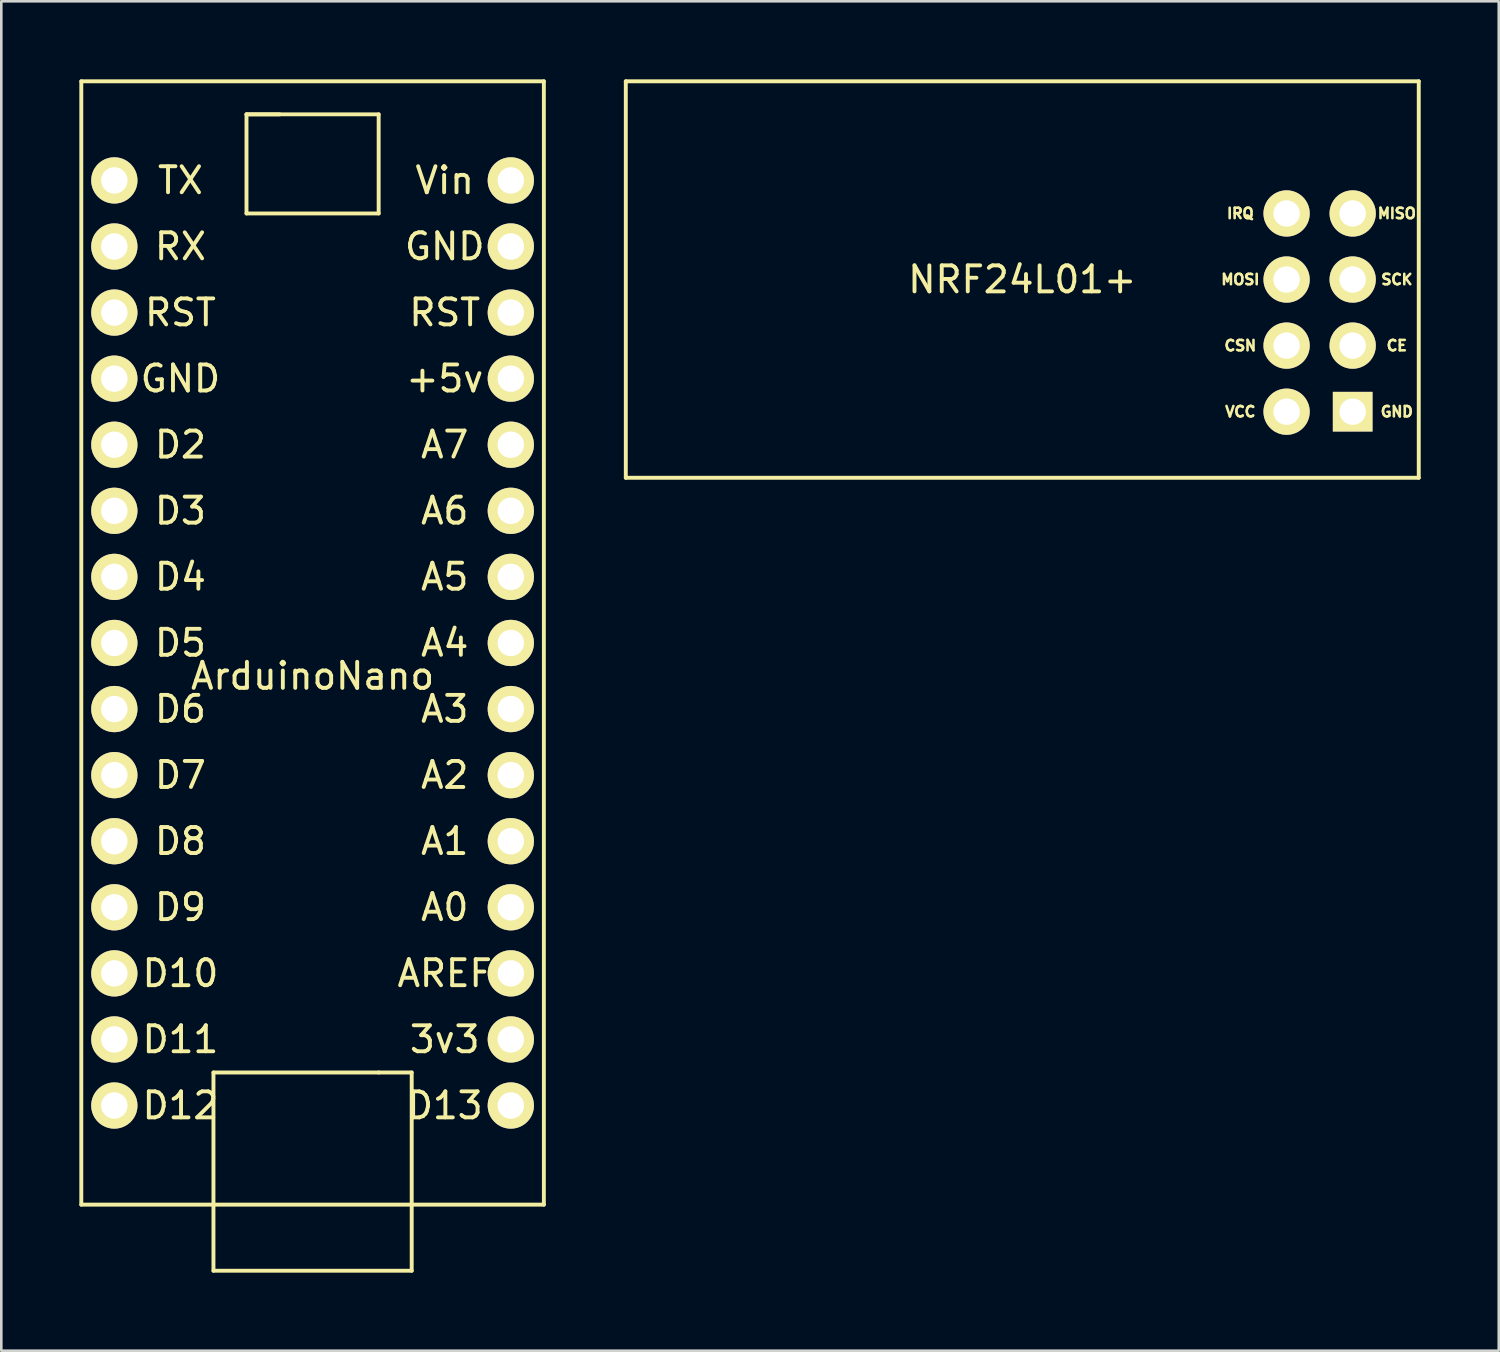
<source format=kicad_pcb>
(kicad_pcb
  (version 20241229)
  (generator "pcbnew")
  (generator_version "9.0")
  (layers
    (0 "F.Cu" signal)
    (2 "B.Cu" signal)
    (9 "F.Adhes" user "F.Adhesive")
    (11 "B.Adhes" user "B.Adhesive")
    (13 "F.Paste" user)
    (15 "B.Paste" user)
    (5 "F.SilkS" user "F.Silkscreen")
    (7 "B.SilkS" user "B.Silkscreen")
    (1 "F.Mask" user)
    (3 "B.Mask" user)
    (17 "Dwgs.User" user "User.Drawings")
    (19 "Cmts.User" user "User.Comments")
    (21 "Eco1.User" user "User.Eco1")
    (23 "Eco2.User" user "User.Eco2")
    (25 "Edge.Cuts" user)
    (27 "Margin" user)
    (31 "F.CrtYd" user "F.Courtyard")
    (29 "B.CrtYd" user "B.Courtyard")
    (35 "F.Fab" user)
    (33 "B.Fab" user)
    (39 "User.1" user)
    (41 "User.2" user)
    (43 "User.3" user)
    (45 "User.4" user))
  (footprint "ArduinoNano"
    (layer "F.Cu")
    (at 8.965 14.045)
    (property "Reference" "ArduinoNano" (at 0 8.89 0) (layer "F.SilkS") (effects (font (size 1 1) (thickness 0.15))))
    (attr through_hole)
    (fp_line (start -8.89 -13.97) (end -8.89 29.21) (stroke (width 0.15) (type solid)) (layer "F.SilkS"))
    (fp_line (start -8.89 29.21) (end 8.89 29.21) (stroke (width 0.15) (type solid)) (layer "F.SilkS"))
    (fp_line (start -3.81 24.13) (end -3.81 31.75) (stroke (width 0.15) (type solid)) (layer "F.SilkS"))
    (fp_line (start -3.81 31.75) (end 3.81 31.75) (stroke (width 0.15) (type solid)) (layer "F.SilkS"))
    (fp_line (start -2.54 -12.7) (end -2.54 -8.89) (stroke (width 0.15) (type solid)) (layer "F.SilkS"))
    (fp_line (start -2.54 -12.7) (end -1.27 -12.7) (stroke (width 0.15) (type solid)) (layer "F.SilkS"))
    (fp_line (start -2.54 -8.89) (end 2.54 -8.89) (stroke (width 0.15) (type solid)) (layer "F.SilkS"))
    (fp_line (start 2.54 -12.7) (end -2.54 -12.7) (stroke (width 0.15) (type solid)) (layer "F.SilkS"))
    (fp_line (start 2.54 -8.89) (end 2.54 -12.7) (stroke (width 0.15) (type solid)) (layer "F.SilkS"))
    (fp_line (start 2.54 24.13) (end -3.81 24.13) (stroke (width 0.15) (type solid)) (layer "F.SilkS"))
    (fp_line (start 3.81 24.13) (end 2.54 24.13) (stroke (width 0.15) (type solid)) (layer "F.SilkS"))
    (fp_line (start 3.81 31.75) (end 3.81 24.13) (stroke (width 0.15) (type solid)) (layer "F.SilkS"))
    (fp_line (start 8.89 -13.97) (end -8.89 -13.97) (stroke (width 0.15) (type solid)) (layer "F.SilkS"))
    (fp_line (start 8.89 29.21) (end 8.89 -13.97) (stroke (width 0.15) (type solid)) (layer "F.SilkS"))
    (fp_text user "A5" (at 5.08 5.08 0) (layer "F.SilkS") (effects (font (size 1 1) (thickness 0.15))))
    (fp_text user "D13" (at 5.08 25.4 0) (layer "F.SilkS") (effects (font (size 1 1) (thickness 0.15))))
    (fp_text user "A7" (at 5.08 0 0) (layer "F.SilkS") (effects (font (size 1 1) (thickness 0.15))))
    (fp_text user "TX" (at -5.08 -10.16 0) (layer "F.SilkS") (effects (font (size 1 1) (thickness 0.15))))
    (fp_text user "D10" (at -5.08 20.32 0) (layer "F.SilkS") (effects (font (size 1 1) (thickness 0.15))))
    (fp_text user "RST" (at 5.08 -5.08 0) (layer "F.SilkS") (effects (font (size 1 1) (thickness 0.15))))
    (fp_text user "GND" (at -5.08 -2.54 0) (layer "F.SilkS") (effects (font (size 1 1) (thickness 0.15))))
    (fp_text user "D3" (at -5.08 2.54 0) (layer "F.SilkS") (effects (font (size 1 1) (thickness 0.15))))
    (fp_text user "A0" (at 5.08 17.78 0) (layer "F.SilkS") (effects (font (size 1 1) (thickness 0.15))))
    (fp_text user "D12" (at -5.08 25.4 0) (layer "F.SilkS") (effects (font (size 1 1) (thickness 0.15))))
    (fp_text user "+5v" (at 5.08 -2.54 0) (layer "F.SilkS") (effects (font (size 1 1) (thickness 0.15))))
    (fp_text user "D7" (at -5.08 12.7 0) (layer "F.SilkS") (effects (font (size 1 1) (thickness 0.15))))
    (fp_text user "D5" (at -5.08 7.62 0) (layer "F.SilkS") (effects (font (size 1 1) (thickness 0.15))))
    (fp_text user "3v3" (at 5.08 22.86 0) (layer "F.SilkS") (effects (font (size 1 1) (thickness 0.15))))
    (fp_text user "GND" (at 5.08 -7.62 0) (layer "F.SilkS") (effects (font (size 1 1) (thickness 0.15))))
    (fp_text user "Vin" (at 5.08 -10.16 0) (layer "F.SilkS") (effects (font (size 1 1) (thickness 0.15))))
    (fp_text user "D6" (at -5.08 10.16 0) (layer "F.SilkS") (effects (font (size 1 1) (thickness 0.15))))
    (fp_text user "D2" (at -5.08 0 0) (layer "F.SilkS") (effects (font (size 1 1) (thickness 0.15))))
    (fp_text user "D4" (at -5.08 5.08 0) (layer "F.SilkS") (effects (font (size 1 1) (thickness 0.15))))
    (fp_text user "A4" (at 5.08 7.62 0) (layer "F.SilkS") (effects (font (size 1 1) (thickness 0.15))))
    (fp_text user "D11" (at -5.08 22.86 0) (layer "F.SilkS") (effects (font (size 1 1) (thickness 0.15))))
    (fp_text user "D8" (at -5.08 15.24 0) (layer "F.SilkS") (effects (font (size 1 1) (thickness 0.15))))
    (fp_text user "D9" (at -5.08 17.78 0) (layer "F.SilkS") (effects (font (size 1 1) (thickness 0.15))))
    (fp_text user "AREF" (at 5.08 20.32 0) (layer "F.SilkS") (effects (font (size 1 1) (thickness 0.15))))
    (fp_text user "A3" (at 5.08 10.16 0) (layer "F.SilkS") (effects (font (size 1 1) (thickness 0.15))))
    (fp_text user "A6" (at 5.08 2.54 0) (layer "F.SilkS") (effects (font (size 1 1) (thickness 0.15))))
    (fp_text user "RX" (at -5.08 -7.62 0) (layer "F.SilkS") (effects (font (size 1 1) (thickness 0.15))))
    (fp_text user "A2" (at 5.08 12.7 0) (layer "F.SilkS") (effects (font (size 1 1) (thickness 0.15))))
    (fp_text user "RST" (at -5.08 -5.08 0) (layer "F.SilkS") (effects (font (size 1 1) (thickness 0.15))))
    (fp_text user "A1" (at 5.08 15.24 0) (layer "F.SilkS") (effects (font (size 1 1) (thickness 0.15))))
    (pad "1" thru_hole circle (at -7.62 -10.16) (size 1.778 1.778) (drill 1.016) (layers "*.Cu" "*.Mask" "F.SilkS"))
    (pad "2" thru_hole circle (at -7.62 -7.62) (size 1.778 1.778) (drill 1.016) (layers "*.Cu" "*.Mask" "F.SilkS"))
    (pad "3" thru_hole circle (at -7.62 -5.08) (size 1.778 1.778) (drill 1.016) (layers "*.Cu" "*.Mask" "F.SilkS"))
    (pad "4" thru_hole circle (at -7.62 -2.54) (size 1.778 1.778) (drill 1.016) (layers "*.Cu" "*.Mask" "F.SilkS"))
    (pad "5" thru_hole circle (at -7.62 0) (size 1.778 1.778) (drill 1.016) (layers "*.Cu" "*.Mask" "F.SilkS"))
    (pad "6" thru_hole circle (at -7.62 2.54) (size 1.778 1.778) (drill 1.016) (layers "*.Cu" "*.Mask" "F.SilkS"))
    (pad "7" thru_hole circle (at -7.62 5.08) (size 1.778 1.778) (drill 1.016) (layers "*.Cu" "*.Mask" "F.SilkS"))
    (pad "8" thru_hole circle (at -7.62 7.62) (size 1.778 1.778) (drill 1.016) (layers "*.Cu" "*.Mask" "F.SilkS"))
    (pad "9" thru_hole circle (at -7.62 10.16) (size 1.778 1.778) (drill 1.016) (layers "*.Cu" "*.Mask" "F.SilkS"))
    (pad "10" thru_hole circle (at -7.62 12.7) (size 1.778 1.778) (drill 1.016) (layers "*.Cu" "*.Mask" "F.SilkS"))
    (pad "11" thru_hole circle (at -7.62 15.24) (size 1.778 1.778) (drill 1.016) (layers "*.Cu" "*.Mask" "F.SilkS"))
    (pad "12" thru_hole circle (at -7.62 17.78) (size 1.778 1.778) (drill 1.016) (layers "*.Cu" "*.Mask" "F.SilkS"))
    (pad "13" thru_hole circle (at -7.62 20.32) (size 1.778 1.778) (drill 1.016) (layers "*.Cu" "*.Mask" "F.SilkS"))
    (pad "14" thru_hole circle (at -7.62 22.86) (size 1.778 1.778) (drill 1.016) (layers "*.Cu" "*.Mask" "F.SilkS"))
    (pad "15" thru_hole circle (at -7.62 25.4) (size 1.778 1.778) (drill 1.016) (layers "*.Cu" "*.Mask" "F.SilkS"))
    (pad "16" thru_hole circle (at 7.62 25.4) (size 1.778 1.778) (drill 1.016) (layers "*.Cu" "*.Mask" "F.SilkS"))
    (pad "17" thru_hole circle (at 7.62 22.86) (size 1.778 1.778) (drill 1.016) (layers "*.Cu" "*.Mask" "F.SilkS"))
    (pad "18" thru_hole circle (at 7.62 20.32) (size 1.778 1.778) (drill 1.016) (layers "*.Cu" "*.Mask" "F.SilkS"))
    (pad "19" thru_hole circle (at 7.62 17.78) (size 1.778 1.778) (drill 1.016) (layers "*.Cu" "*.Mask" "F.SilkS"))
    (pad "20" thru_hole circle (at 7.62 15.24) (size 1.778 1.778) (drill 1.016) (layers "*.Cu" "*.Mask" "F.SilkS"))
    (pad "21" thru_hole circle (at 7.62 12.7) (size 1.778 1.778) (drill 1.016) (layers "*.Cu" "*.Mask" "F.SilkS"))
    (pad "22" thru_hole circle (at 7.62 10.16) (size 1.778 1.778) (drill 1.016) (layers "*.Cu" "*.Mask" "F.SilkS"))
    (pad "23" thru_hole circle (at 7.62 7.62) (size 1.778 1.778) (drill 1.016) (layers "*.Cu" "*.Mask" "F.SilkS"))
    (pad "24" thru_hole circle (at 7.62 5.08) (size 1.778 1.778) (drill 1.016) (layers "*.Cu" "*.Mask" "F.SilkS"))
    (pad "25" thru_hole circle (at 7.62 2.54) (size 1.778 1.778) (drill 1.016) (layers "*.Cu" "*.Mask" "F.SilkS"))
    (pad "26" thru_hole circle (at 7.62 0) (size 1.778 1.778) (drill 1.016) (layers "*.Cu" "*.Mask" "F.SilkS"))
    (pad "27" thru_hole circle (at 7.62 -2.54) (size 1.778 1.778) (drill 1.016) (layers "*.Cu" "*.Mask" "F.SilkS"))
    (pad "28" thru_hole circle (at 7.62 -5.08) (size 1.778 1.778) (drill 1.016) (layers "*.Cu" "*.Mask" "F.SilkS"))
    (pad "29" thru_hole circle (at 7.62 -7.62) (size 1.778 1.778) (drill 1.016) (layers "*.Cu" "*.Mask" "F.SilkS"))
    (pad "30" thru_hole circle (at 7.62 -10.16) (size 1.778 1.778) (drill 1.016) (layers "*.Cu" "*.Mask" "F.SilkS")))
  (footprint "NRF24L01+"
    (layer "F.Cu")
    (at 43.865 5.155)
    (property "Reference" "NRF24L01+" (at -7.62 2.54 0) (layer "F.SilkS") (effects (font (size 1 1) (thickness 0.15))))
    (attr through_hole)
    (fp_line (start -22.86 -5.08) (end -22.86 10.16) (stroke (width 0.15) (type solid)) (layer "F.SilkS"))
    (fp_line (start -22.86 10.16) (end 7.62 10.16) (stroke (width 0.15) (type solid)) (layer "F.SilkS"))
    (fp_line (start 7.62 -5.08) (end -22.86 -5.08) (stroke (width 0.15) (type solid)) (layer "F.SilkS"))
    (fp_line (start 7.62 10.16) (end 7.62 -5.08) (stroke (width 0.15) (type solid)) (layer "F.SilkS"))
    (fp_text user "SCK" (at 6.778 2.54 0) (layer "F.SilkS") (effects (font (size 0.4 0.4) (thickness 0.1))))
    (fp_text user "IRQ" (at 0.762 0 0) (layer "F.SilkS") (effects (font (size 0.4 0.4) (thickness 0.1))))
    (fp_text user "MOSI" (at 0.762 2.54 0) (layer "F.SilkS") (effects (font (size 0.4 0.4) (thickness 0.1))))
    (fp_text user "CE" (at 6.778 5.08 0) (layer "F.SilkS") (effects (font (size 0.4 0.4) (thickness 0.1))))
    (fp_text user "CSN" (at 0.762 5.08 0) (layer "F.SilkS") (effects (font (size 0.4 0.4) (thickness 0.1))))
    (fp_text user "GND" (at 6.778 7.62 0) (layer "F.SilkS") (effects (font (size 0.4 0.4) (thickness 0.1))))
    (fp_text user "VCC" (at 0.762 7.62 0) (layer "F.SilkS") (effects (font (size 0.4 0.4) (thickness 0.1))))
    (fp_text user "MISO" (at 6.778 0 0) (layer "F.SilkS") (effects (font (size 0.4 0.4) (thickness 0.1))))
    (pad "1" thru_hole rect (at 5.08 7.62) (size 1.524 1.524) (drill 1.016) (layers "*.Cu" "*.Mask" "F.SilkS"))
    (pad "2" thru_hole circle (at 5.08 5.08) (size 1.778 1.778) (drill 1.016) (layers "*.Cu" "*.Mask" "F.SilkS"))
    (pad "3" thru_hole circle (at 5.08 2.54) (size 1.778 1.778) (drill 1.016) (layers "*.Cu" "*.Mask" "F.SilkS"))
    (pad "4" thru_hole circle (at 5.08 0) (size 1.778 1.778) (drill 1.016) (layers "*.Cu" "*.Mask" "F.SilkS"))
    (pad "5" thru_hole circle (at 2.54 0) (size 1.778 1.778) (drill 1.016) (layers "*.Cu" "*.Mask" "F.SilkS"))
    (pad "6" thru_hole circle (at 2.54 2.54) (size 1.778 1.778) (drill 1.016) (layers "*.Cu" "*.Mask" "F.SilkS"))
    (pad "7" thru_hole circle (at 2.54 5.08) (size 1.778 1.778) (drill 1.016) (layers "*.Cu" "*.Mask" "F.SilkS"))
    (pad "8" thru_hole circle (at 2.54 7.62) (size 1.778 1.778) (drill 1.016) (layers "*.Cu" "*.Mask" "F.SilkS")))
  (gr_rect
    (start -3 -3)
    (end 54.56 48.87)
    (stroke (width 0.1) (type default))
    (fill no)
    (layer "Edge.Cuts")))
</source>
